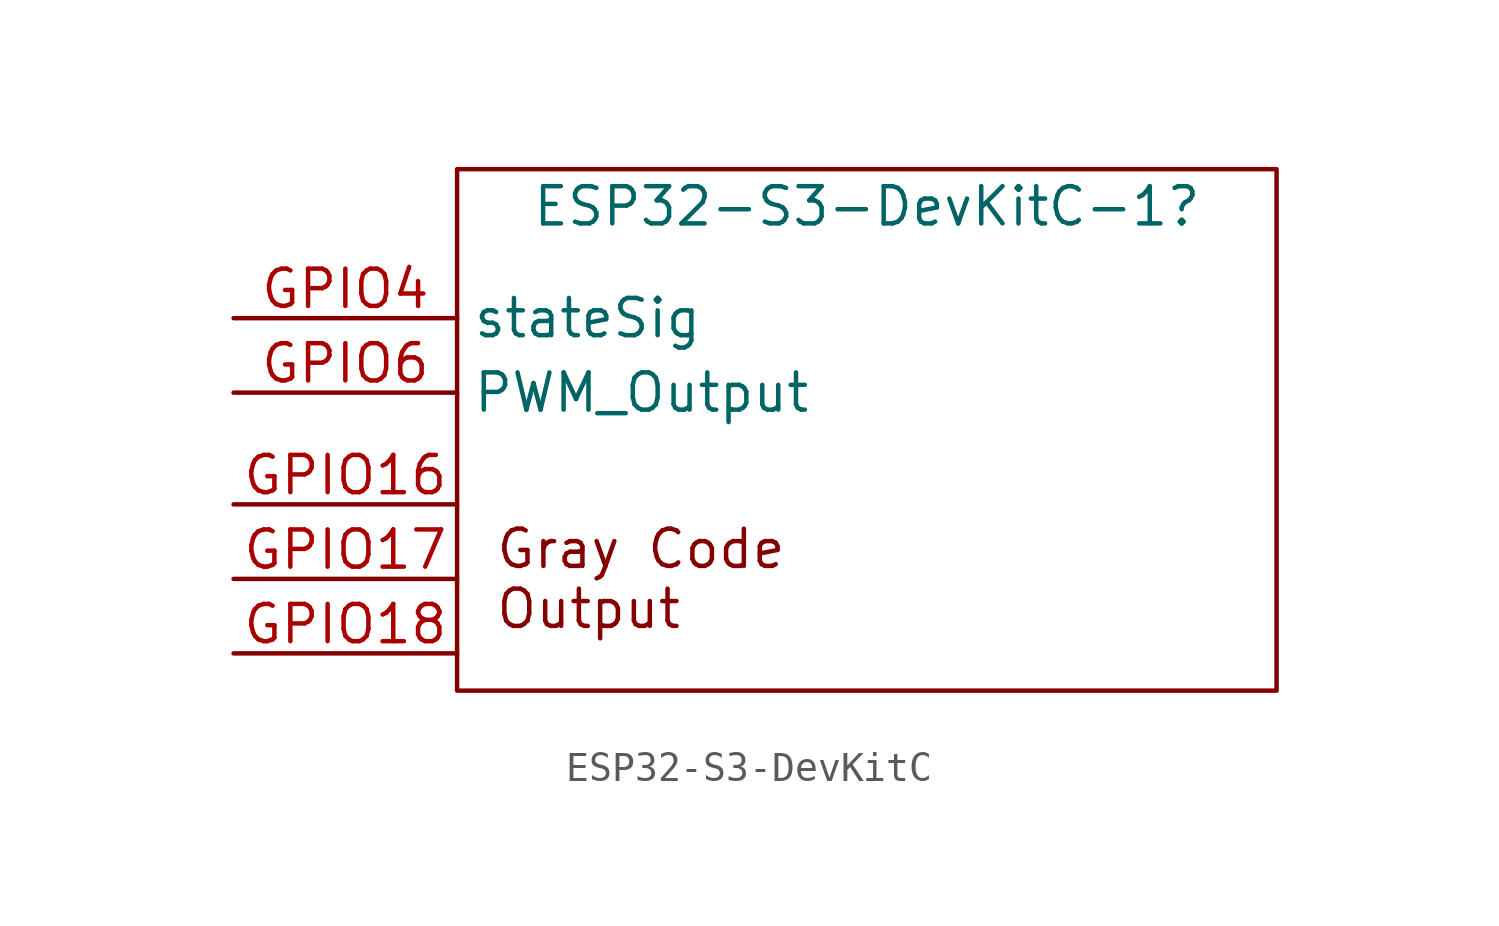
<source format=kicad_sym>
(kicad_symbol_lib
  (version 20220914)
  (generator kicad_symbol_editor)
  (symbol "ESP32-S3-DevKitC"
    (property "Reference" "ESP32-S3-DevKitC-1"
      (at 0 11.43 0)
      (effects (font (size 1.27 1.27))))
    (property "Value" ""
      (at 0 0 0)
      (effects (font (size 1.27 1.27))))
    (symbol "ESP32-S3-DevKitC_0_1"
      (rectangle (start -13.97 12.7) (end 13.97 -5.08) (stroke (width 0) (type default)) (fill (type none))))
    (symbol "ESP32-S3-DevKitC_1_1"
      (text "Gray Code\nOutput" (at -12.7 -1.27 0) (effects (font (size 1.27 1.27)) (justify left)))
      (pin output line (at -21.59 1.27 0) (length 7.62) (name "" (effects (font (size 1.27 1.27)))) (number "GPIO16" (effects (font (size 1.27 1.27)))))
      (pin output line (at -21.59 -1.27 0) (length 7.62) (name "" (effects (font (size 1.27 1.27)))) (number "GPIO17" (effects (font (size 1.27 1.27)))))
      (pin output line (at -21.59 -3.81 0) (length 7.62) (name "" (effects (font (size 1.27 1.27)))) (number "GPIO18" (effects (font (size 1.27 1.27)))))
      (pin output line (at -21.59 7.62 0) (length 7.62) (name "stateSig" (effects (font (size 1.27 1.27)))) (number "GPIO4" (effects (font (size 1.27 1.27)))))
      (pin output line (at -21.59 5.08 0) (length 7.62) (name "PWM_Output" (effects (font (size 1.27 1.27)))) (number "GPIO6" (effects (font (size 1.27 1.27))))))))
</source>
